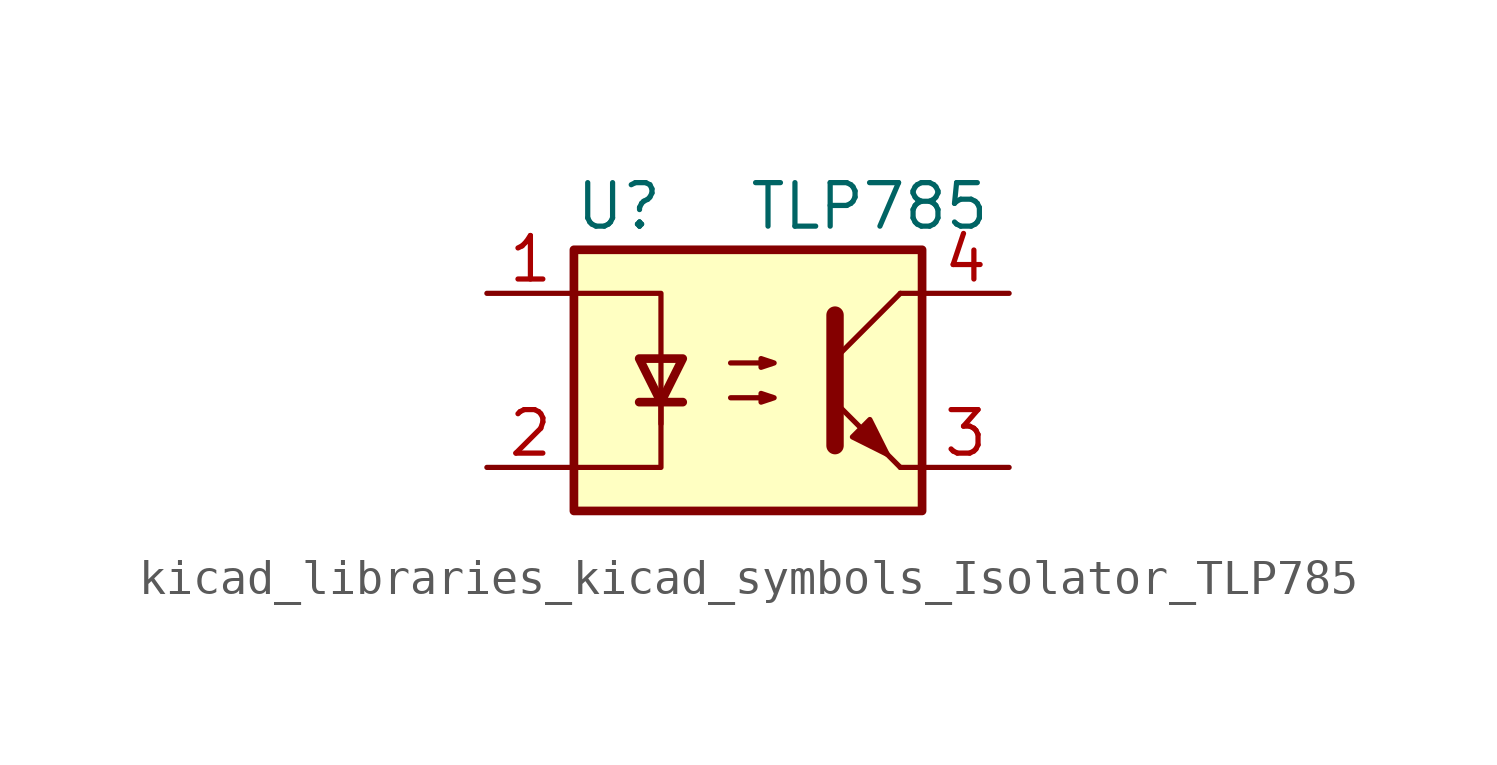
<source format=kicad_sym>
(kicad_symbol_lib
  (version 20220914)
  (generator kicad_symbol_editor)
  (symbol "kicad_libraries_kicad_symbols_Isolator_TLP785"
    (pin_names
      (offset 1.016))
    (property "Reference" "U"
      (at -5.08 5.08 0)
      (effects (font (size 1.27 1.27)) (justify left)))
    (property "Value" "TLP785"
      (at 0 5.08 0)
      (effects (font (size 1.27 1.27)) (justify left)))
    (symbol "kicad_libraries_kicad_symbols_Isolator_TLP785_0_1"
      (rectangle (start -5.08 3.81) (end 5.08 -3.81) (stroke (width 0.254) (type default)) (fill (type background)))
      (polyline (pts (xy -3.175 -0.635) (xy -1.905 -0.635)) (stroke (width 0.254) (type default)) (fill (type none)))
      (polyline (pts (xy 2.54 0.635) (xy 4.445 2.54)) (stroke (width 0) (type default)) (fill (type none)))
      (polyline (pts (xy 4.445 -2.54) (xy 2.54 -0.635)) (stroke (width 0) (type default)) (fill (type outline)))
      (polyline (pts (xy 4.445 -2.54) (xy 5.08 -2.54)) (stroke (width 0) (type default)) (fill (type none)))
      (polyline (pts (xy 4.445 2.54) (xy 5.08 2.54)) (stroke (width 0) (type default)) (fill (type none)))
      (polyline (pts (xy -2.54 -0.635) (xy -2.54 -2.54) (xy -5.08 -2.54)) (stroke (width 0) (type default)) (fill (type none)))
      (polyline (pts (xy 2.54 1.905) (xy 2.54 -1.905) (xy 2.54 -1.905)) (stroke (width 0.508) (type default)) (fill (type none)))
      (polyline (pts (xy -5.08 2.54) (xy -2.54 2.54) (xy -2.54 -1.27) (xy -2.54 0.635)) (stroke (width 0) (type default)) (fill (type none)))
      (polyline (pts (xy -2.54 -0.635) (xy -3.175 0.635) (xy -1.905 0.635) (xy -2.54 -0.635)) (stroke (width 0.254) (type default)) (fill (type none)))
      (polyline (pts (xy -0.508 -0.508) (xy 0.762 -0.508) (xy 0.381 -0.635) (xy 0.381 -0.381) (xy 0.762 -0.508)) (stroke (width 0) (type default)) (fill (type none)))
      (polyline (pts (xy -0.508 0.508) (xy 0.762 0.508) (xy 0.381 0.381) (xy 0.381 0.635) (xy 0.762 0.508)) (stroke (width 0) (type default)) (fill (type none)))
      (polyline (pts (xy 3.048 -1.651) (xy 3.556 -1.143) (xy 4.064 -2.159) (xy 3.048 -1.651) (xy 3.048 -1.651)) (stroke (width 0) (type default)) (fill (type outline))))
    (symbol "kicad_libraries_kicad_symbols_Isolator_TLP785_1_1"
      (pin passive line (at -7.62 2.54 0) (length 2.54) (name "~" (effects (font (size 1.27 1.27)))) (number "1" (effects (font (size 1.27 1.27)))))
      (pin passive line (at -7.62 -2.54 0) (length 2.54) (name "~" (effects (font (size 1.27 1.27)))) (number "2" (effects (font (size 1.27 1.27)))))
      (pin passive line (at 7.62 -2.54 180) (length 2.54) (name "~" (effects (font (size 1.27 1.27)))) (number "3" (effects (font (size 1.27 1.27)))))
      (pin passive line (at 7.62 2.54 180) (length 2.54) (name "~" (effects (font (size 1.27 1.27)))) (number "4" (effects (font (size 1.27 1.27))))))))
</source>
